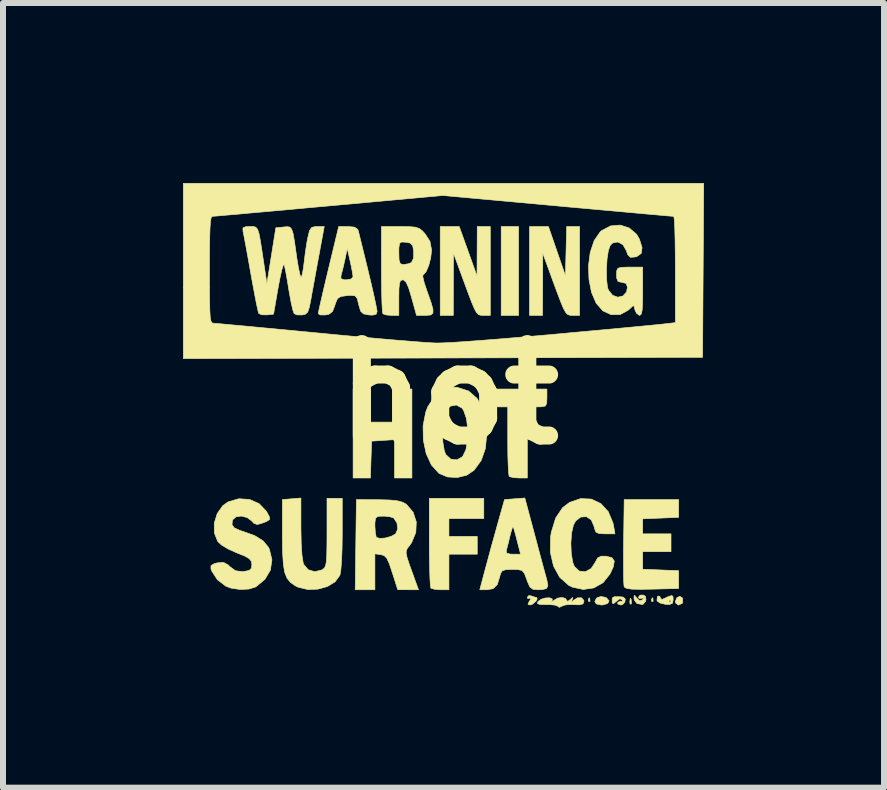
<source format=kicad_pcb>
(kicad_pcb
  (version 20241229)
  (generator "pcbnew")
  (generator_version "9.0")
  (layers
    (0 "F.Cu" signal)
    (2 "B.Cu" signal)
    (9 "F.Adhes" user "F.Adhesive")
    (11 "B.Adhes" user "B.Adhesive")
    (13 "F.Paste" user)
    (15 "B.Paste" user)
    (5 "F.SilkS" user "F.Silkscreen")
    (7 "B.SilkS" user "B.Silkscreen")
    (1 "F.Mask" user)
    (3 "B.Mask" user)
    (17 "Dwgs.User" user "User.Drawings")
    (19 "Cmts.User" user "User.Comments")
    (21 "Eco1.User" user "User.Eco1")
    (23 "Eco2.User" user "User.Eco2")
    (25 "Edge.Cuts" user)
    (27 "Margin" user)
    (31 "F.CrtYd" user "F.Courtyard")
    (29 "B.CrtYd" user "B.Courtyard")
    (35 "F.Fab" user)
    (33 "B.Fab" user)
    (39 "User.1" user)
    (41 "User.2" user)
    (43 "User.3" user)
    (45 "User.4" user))
  (footprint "hot"
    (layer "F.Cu")
    (at 4.432 3.519)
    (property "Reference" "hot" (at 0 0 0) (layer "F.SilkS") (effects (font (size 1.524 1.524) (thickness 0.3))))
    (attr through_hole)
    (fp_poly (pts (xy 1.161 -1.312) (xy 0.871 -1.312) (xy 0.871 -2.794) (xy 1.161 -2.794) (xy 1.161 -1.312)) (stroke (width 0.01) (type solid)) (fill yes) (layer "F.SilkS"))
    (fp_poly (pts (xy 2.346 3.401) (xy 2.351 3.451) (xy 2.346 3.457) (xy 2.325 3.451) (xy 2.322 3.429) (xy 2.336 3.394) (xy 2.346 3.401)) (stroke (width 0.01) (type solid)) (fill yes) (layer "F.SilkS"))
    (fp_poly (pts (xy 3.037 3.421) (xy 3.041 3.487) (xy 3.034 3.502) (xy 3.017 3.49) (xy 3.015 3.447) (xy 3.023 3.401) (xy 3.037 3.421)) (stroke (width 0.01) (type solid)) (fill yes) (layer "F.SilkS"))
    (fp_poly (pts (xy 3.399 3.401) (xy 3.403 3.451) (xy 3.399 3.457) (xy 3.377 3.451) (xy 3.375 3.429) (xy 3.388 3.394) (xy 3.399 3.401)) (stroke (width 0.01) (type solid)) (fill yes) (layer "F.SilkS"))
    (fp_poly (pts (xy 3.891 3.397) (xy 3.895 3.406) (xy 3.894 3.482) (xy 3.833 3.513) (xy 3.822 3.514) (xy 3.778 3.48) (xy 3.774 3.455) (xy 3.798 3.393) (xy 3.848 3.369) (xy 3.891 3.397)) (stroke (width 0.01) (type solid)) (fill yes) (layer "F.SilkS"))
    (fp_poly (pts (xy 2.613 3.387) (xy 2.626 3.395) (xy 2.669 3.445) (xy 2.647 3.488) (xy 2.571 3.512) (xy 2.538 3.514) (xy 2.456 3.496) (xy 2.431 3.455) (xy 2.461 3.397) (xy 2.532 3.372) (xy 2.613 3.387)) (stroke (width 0.01) (type solid)) (fill yes) (layer "F.SilkS"))
    (fp_poly (pts (xy -1.306 0.466) (xy -0.907 0.466) (xy -0.907 -0.085) (xy -0.617 -0.085) (xy -0.617 1.397) (xy -0.907 1.397) (xy -0.907 0.758) (xy -1.288 0.783) (xy -1.299 1.09) (xy -1.309 1.397) (xy -1.597 1.397) (xy -1.597 -0.085) (xy -1.306 -0.085) (xy -1.306 0.466)) (stroke (width 0.01) (type solid)) (fill yes) (layer "F.SilkS"))
    (fp_poly (pts (xy 1.364 3.361) (xy 1.436 3.384) (xy 1.459 3.387) (xy 1.472 3.411) (xy 1.451 3.45) (xy 1.387 3.504) (xy 1.352 3.514) (xy 1.317 3.504) (xy 1.334 3.461) (xy 1.347 3.442) (xy 1.374 3.395) (xy 1.352 3.402) (xy 1.312 3.405) (xy 1.306 3.385) (xy 1.333 3.355) (xy 1.364 3.361)) (stroke (width 0.01) (type solid)) (fill yes) (layer "F.SilkS"))
    (fp_poly (pts (xy 0.581 2.074) (xy 0 2.074) (xy 0 2.371) (xy 0.472 2.371) (xy 0.472 2.667) (xy 0 2.667) (xy 0 3.26) (xy -0.139 3.26) (xy -0.235 3.253) (xy -0.296 3.236) (xy -0.302 3.231) (xy -0.31 3.182) (xy -0.317 3.062) (xy -0.322 2.886) (xy -0.326 2.668) (xy -0.327 2.469) (xy -0.327 1.736) (xy 0.581 1.736) (xy 0.581 2.074)) (stroke (width 0.01) (type solid)) (fill yes) (layer "F.SilkS"))
    (fp_poly (pts (xy 0.32 -2.381) (xy 0.468 -1.968) (xy 0.472 -2.794) (xy 0.689 -2.794) (xy 0.689 -1.312) (xy 0.583 -1.312) (xy 0.533 -1.314) (xy 0.495 -1.325) (xy 0.46 -1.359) (xy 0.423 -1.426) (xy 0.376 -1.538) (xy 0.312 -1.708) (xy 0.247 -1.884) (xy 0.076 -2.349) (xy 0.074 -1.831) (xy 0.073 -1.312) (xy -0.145 -1.312) (xy -0.145 -2.794) (xy 0.171 -2.794) (xy 0.32 -2.381)) (stroke (width 0.01) (type solid)) (fill yes) (layer "F.SilkS"))
    (fp_poly (pts (xy 1.941 -1.974) (xy 1.952 -2.384) (xy 1.962 -2.794) (xy 2.177 -2.794) (xy 2.177 -1.312) (xy 2.07 -1.312) (xy 2.021 -1.314) (xy 1.982 -1.326) (xy 1.947 -1.36) (xy 1.909 -1.428) (xy 1.862 -1.541) (xy 1.797 -1.712) (xy 1.734 -1.883) (xy 1.564 -2.349) (xy 1.562 -1.831) (xy 1.56 -1.312) (xy 1.343 -1.312) (xy 1.343 -2.794) (xy 1.658 -2.794) (xy 1.941 -1.974)) (stroke (width 0.01) (type solid)) (fill yes) (layer "F.SilkS"))
    (fp_poly (pts (xy 2.857 3.377) (xy 2.903 3.382) (xy 2.939 3.413) (xy 2.932 3.466) (xy 2.892 3.508) (xy 2.864 3.514) (xy 2.814 3.497) (xy 2.813 3.471) (xy 2.858 3.448) (xy 2.875 3.456) (xy 2.897 3.458) (xy 2.887 3.433) (xy 2.851 3.408) (xy 2.794 3.45) (xy 2.79 3.454) (xy 2.739 3.493) (xy 2.721 3.478) (xy 2.721 3.398) (xy 2.755 3.376) (xy 2.857 3.377)) (stroke (width 0.01) (type solid)) (fill yes) (layer "F.SilkS"))
    (fp_poly (pts (xy 3.275 3.37) (xy 3.284 3.426) (xy 3.277 3.454) (xy 3.231 3.506) (xy 3.145 3.492) (xy 3.13 3.486) (xy 3.089 3.43) (xy 3.084 3.396) (xy 3.089 3.352) (xy 3.115 3.376) (xy 3.13 3.399) (xy 3.181 3.445) (xy 3.229 3.424) (xy 3.262 3.392) (xy 3.231 3.399) (xy 3.22 3.403) (xy 3.168 3.404) (xy 3.157 3.385) (xy 3.184 3.35) (xy 3.24 3.348) (xy 3.275 3.37)) (stroke (width 0.01) (type solid)) (fill yes) (layer "F.SilkS"))
    (fp_poly (pts (xy 3.735 3.377) (xy 3.737 3.424) (xy 3.726 3.484) (xy 3.679 3.505) (xy 3.611 3.503) (xy 3.522 3.483) (xy 3.475 3.45) (xy 3.665 3.45) (xy 3.683 3.471) (xy 3.701 3.45) (xy 3.683 3.429) (xy 3.665 3.45) (xy 3.475 3.45) (xy 3.47 3.446) (xy 3.467 3.441) (xy 3.473 3.377) (xy 3.485 3.364) (xy 3.517 3.372) (xy 3.52 3.389) (xy 3.545 3.421) (xy 3.565 3.416) (xy 3.666 3.37) (xy 3.717 3.356) (xy 3.735 3.377)) (stroke (width 0.01) (type solid)) (fill yes) (layer "F.SilkS"))
    (fp_poly (pts (xy 3.828 2.053) (xy 3.229 2.078) (xy 3.229 2.328) (xy 3.701 2.328) (xy 3.701 2.625) (xy 3.229 2.625) (xy 3.229 2.918) (xy 3.529 2.93) (xy 3.828 2.942) (xy 3.828 3.239) (xy 3.383 3.25) (xy 3.185 3.253) (xy 3.049 3.25) (xy 2.966 3.238) (xy 2.926 3.218) (xy 2.919 3.206) (xy 2.914 3.147) (xy 2.91 3.018) (xy 2.909 2.836) (xy 2.909 2.616) (xy 2.911 2.454) (xy 2.921 1.757) (xy 3.828 1.757) (xy 3.828 2.053)) (stroke (width 0.01) (type solid)) (fill yes) (layer "F.SilkS"))
    (fp_poly (pts (xy 1.633 0.064) (xy 1.629 0.155) (xy 1.606 0.198) (xy 1.542 0.211) (xy 1.47 0.212) (xy 1.306 0.212) (xy 1.306 1.397) (xy 1.167 1.397) (xy 1.071 1.39) (xy 1.01 1.374) (xy 1.004 1.369) (xy 0.995 1.318) (xy 0.988 1.199) (xy 0.982 1.029) (xy 0.98 0.824) (xy 0.98 0.776) (xy 0.98 0.212) (xy 0.835 0.212) (xy 0.742 0.207) (xy 0.7 0.179) (xy 0.69 0.107) (xy 0.689 0.064) (xy 0.689 -0.085) (xy 1.633 -0.085) (xy 1.633 0.064)) (stroke (width 0.01) (type solid)) (fill yes) (layer "F.SilkS"))
    (fp_poly (pts (xy 2.061 3.409) (xy 2.052 3.429) (xy 2.037 3.47) (xy 2.065 3.445) (xy 2.07 3.44) (xy 2.142 3.394) (xy 2.21 3.394) (xy 2.248 3.437) (xy 2.25 3.453) (xy 2.234 3.495) (xy 2.175 3.511) (xy 2.088 3.508) (xy 1.984 3.507) (xy 1.913 3.519) (xy 1.9 3.526) (xy 1.839 3.553) (xy 1.804 3.529) (xy 1.757 3.514) (xy 1.664 3.507) (xy 1.613 3.507) (xy 1.512 3.504) (xy 1.473 3.488) (xy 1.482 3.458) (xy 1.534 3.419) (xy 1.608 3.397) (xy 1.678 3.394) (xy 1.721 3.412) (xy 1.721 3.439) (xy 1.71 3.471) (xy 1.741 3.442) (xy 1.744 3.44) (xy 1.809 3.4) (xy 1.885 3.388) (xy 1.944 3.405) (xy 1.959 3.434) (xy 1.98 3.453) (xy 2.021 3.424) (xy 2.064 3.387) (xy 2.061 3.409)) (stroke (width 0.01) (type solid)) (fill yes) (layer "F.SilkS"))
    (fp_poly (pts (xy -2.467 2.231) (xy -2.462 2.489) (xy -2.449 2.686) (xy -2.429 2.812) (xy -2.421 2.836) (xy -2.346 2.926) (xy -2.236 2.959) (xy -2.118 2.929) (xy -2.106 2.922) (xy -2.076 2.898) (xy -2.056 2.859) (xy -2.043 2.792) (xy -2.036 2.682) (xy -2.033 2.515) (xy -2.032 2.306) (xy -2.032 1.736) (xy -1.778 1.736) (xy -1.778 2.326) (xy -1.781 2.564) (xy -1.789 2.768) (xy -1.801 2.924) (xy -1.816 3.014) (xy -1.818 3.019) (xy -1.897 3.127) (xy -2.025 3.206) (xy -2.184 3.25) (xy -2.352 3.256) (xy -2.512 3.218) (xy -2.562 3.193) (xy -2.641 3.138) (xy -2.698 3.068) (xy -2.737 2.971) (xy -2.76 2.832) (xy -2.772 2.638) (xy -2.776 2.375) (xy -2.776 2.333) (xy -2.776 1.757) (xy -2.622 1.744) (xy -2.467 1.731) (xy -2.467 2.231)) (stroke (width 0.01) (type solid)) (fill yes) (layer "F.SilkS"))
    (fp_poly (pts (xy 0.14 -0.113) (xy 0.327 -0.053) (xy 0.472 0.074) (xy 0.573 0.262) (xy 0.625 0.504) (xy 0.631 0.656) (xy 0.608 0.905) (xy 0.538 1.104) (xy 0.421 1.266) (xy 0.297 1.351) (xy 0.139 1.389) (xy -0.024 1.38) (xy -0.165 1.321) (xy -0.167 1.319) (xy -0.292 1.181) (xy -0.38 0.989) (xy -0.427 0.764) (xy -0.429 0.629) (xy -0.109 0.629) (xy -0.101 0.801) (xy -0.077 0.944) (xy -0.052 1.007) (xy 0.031 1.083) (xy 0.134 1.095) (xy 0.228 1.041) (xy 0.229 1.039) (xy 0.283 0.926) (xy 0.311 0.764) (xy 0.314 0.582) (xy 0.292 0.408) (xy 0.245 0.272) (xy 0.216 0.231) (xy 0.123 0.181) (xy 0.024 0.2) (xy -0.055 0.278) (xy -0.074 0.321) (xy -0.1 0.458) (xy -0.109 0.629) (xy -0.429 0.629) (xy -0.431 0.527) (xy -0.387 0.3) (xy -0.353 0.212) (xy -0.235 0.028) (xy -0.084 -0.082) (xy 0.095 -0.116) (xy 0.14 -0.113)) (stroke (width 0.01) (type solid)) (fill yes) (layer "F.SilkS"))
    (fp_poly (pts (xy 2.374 1.749) (xy 2.532 1.824) (xy 2.656 1.959) (xy 2.734 2.147) (xy 2.744 2.193) (xy 2.767 2.328) (xy 2.603 2.328) (xy 2.502 2.323) (xy 2.45 2.299) (xy 2.426 2.24) (xy 2.419 2.205) (xy 2.372 2.095) (xy 2.291 2.042) (xy 2.197 2.048) (xy 2.112 2.113) (xy 2.074 2.183) (xy 2.044 2.315) (xy 2.032 2.485) (xy 2.039 2.659) (xy 2.064 2.805) (xy 2.09 2.872) (xy 2.173 2.949) (xy 2.274 2.959) (xy 2.371 2.905) (xy 2.431 2.815) (xy 2.477 2.731) (xy 2.536 2.7) (xy 2.622 2.701) (xy 2.717 2.726) (xy 2.756 2.782) (xy 2.739 2.879) (xy 2.684 2.998) (xy 2.57 3.141) (xy 2.415 3.229) (xy 2.239 3.255) (xy 2.059 3.217) (xy 1.996 3.186) (xy 1.846 3.053) (xy 1.743 2.865) (xy 1.69 2.636) (xy 1.694 2.381) (xy 1.706 2.302) (xy 1.779 2.064) (xy 1.893 1.893) (xy 2.01 1.804) (xy 2.196 1.74) (xy 2.374 1.749)) (stroke (width 0.01) (type solid)) (fill yes) (layer "F.SilkS"))
    (fp_poly (pts (xy -1.175 1.759) (xy -0.989 1.764) (xy -0.86 1.777) (xy -0.771 1.801) (xy -0.709 1.836) (xy -0.597 1.967) (xy -0.544 2.129) (xy -0.552 2.305) (xy -0.622 2.475) (xy -0.657 2.524) (xy -0.691 2.566) (xy -0.71 2.605) (xy -0.713 2.654) (xy -0.696 2.73) (xy -0.657 2.847) (xy -0.593 3.022) (xy -0.565 3.101) (xy -0.507 3.26) (xy -0.853 3.259) (xy -0.944 2.974) (xy -0.995 2.822) (xy -1.037 2.733) (xy -1.081 2.69) (xy -1.134 2.675) (xy -1.234 2.661) (xy -1.234 3.26) (xy -1.562 3.26) (xy -1.548 2.194) (xy -1.234 2.194) (xy -1.227 2.307) (xy -1.212 2.38) (xy -1.208 2.387) (xy -1.151 2.405) (xy -1.059 2.397) (xy -0.961 2.369) (xy -0.888 2.328) (xy -0.888 2.327) (xy -0.854 2.248) (xy -0.866 2.147) (xy -0.918 2.067) (xy -0.921 2.064) (xy -0.982 2.044) (xy -1.079 2.033) (xy -1.098 2.033) (xy -1.186 2.037) (xy -1.224 2.068) (xy -1.234 2.151) (xy -1.234 2.194) (xy -1.548 2.194) (xy -1.542 1.757) (xy -1.175 1.759)) (stroke (width 0.01) (type solid)) (fill yes) (layer "F.SilkS"))
    (fp_poly (pts (xy 1.433 2.358) (xy 1.493 2.584) (xy 1.548 2.789) (xy 1.593 2.956) (xy 1.624 3.068) (xy 1.632 3.097) (xy 1.649 3.191) (xy 1.626 3.24) (xy 1.55 3.258) (xy 1.487 3.26) (xy 1.4 3.252) (xy 1.348 3.213) (xy 1.307 3.12) (xy 1.297 3.09) (xy 1.259 2.99) (xy 1.219 2.94) (xy 1.15 2.923) (xy 1.056 2.921) (xy 0.946 2.925) (xy 0.888 2.945) (xy 0.859 2.992) (xy 0.848 3.037) (xy 0.806 3.173) (xy 0.739 3.241) (xy 0.633 3.26) (xy 0.514 3.26) (xy 0.601 2.932) (xy 0.653 2.74) (xy 0.689 2.606) (xy 0.956 2.606) (xy 0.96 2.648) (xy 1.019 2.665) (xy 1.065 2.667) (xy 1.194 2.667) (xy 1.137 2.445) (xy 1.104 2.319) (xy 1.079 2.232) (xy 1.069 2.208) (xy 1.054 2.235) (xy 1.028 2.32) (xy 1.016 2.369) (xy 0.986 2.493) (xy 0.961 2.589) (xy 0.956 2.606) (xy 0.689 2.606) (xy 0.716 2.507) (xy 0.782 2.272) (xy 0.807 2.18) (xy 0.926 1.757) (xy 1.096 1.744) (xy 1.265 1.731) (xy 1.433 2.358)) (stroke (width 0.01) (type solid)) (fill yes) (layer "F.SilkS"))
    (fp_poly (pts (xy -1.575 -2.784) (xy -1.522 -2.748) (xy -1.51 -2.72) (xy -1.433 -2.408) (xy -1.362 -2.118) (xy -1.3 -1.86) (xy -1.251 -1.646) (xy -1.217 -1.487) (xy -1.199 -1.393) (xy -1.197 -1.377) (xy -1.214 -1.331) (xy -1.274 -1.317) (xy -1.334 -1.32) (xy -1.424 -1.338) (xy -1.472 -1.383) (xy -1.502 -1.484) (xy -1.504 -1.494) (xy -1.528 -1.593) (xy -1.563 -1.638) (xy -1.631 -1.647) (xy -1.699 -1.642) (xy -1.801 -1.628) (xy -1.856 -1.593) (xy -1.89 -1.517) (xy -1.9 -1.482) (xy -1.94 -1.378) (xy -1.999 -1.332) (xy -2.059 -1.32) (xy -2.14 -1.32) (xy -2.178 -1.339) (xy -2.178 -1.341) (xy -2.169 -1.392) (xy -2.143 -1.509) (xy -2.104 -1.681) (xy -2.054 -1.891) (xy -2.046 -1.925) (xy -1.801 -1.925) (xy -1.75 -1.907) (xy -1.709 -1.905) (xy -1.627 -1.92) (xy -1.598 -1.958) (xy -1.608 -2.027) (xy -1.631 -2.145) (xy -1.647 -2.219) (xy -1.694 -2.427) (xy -1.735 -2.235) (xy -1.765 -2.104) (xy -1.792 -2) (xy -1.799 -1.974) (xy -1.801 -1.925) (xy -2.046 -1.925) (xy -2.008 -2.085) (xy -1.837 -2.794) (xy -1.683 -2.794) (xy -1.575 -2.784)) (stroke (width 0.01) (type solid)) (fill yes) (layer "F.SilkS"))
    (fp_poly (pts (xy 3.004 -2.77) (xy 3.126 -2.666) (xy 3.175 -2.583) (xy 3.219 -2.441) (xy 3.205 -2.346) (xy 3.131 -2.293) (xy 3.102 -2.286) (xy 3.023 -2.281) (xy 2.98 -2.324) (xy 2.957 -2.391) (xy 2.901 -2.489) (xy 2.817 -2.536) (xy 2.731 -2.521) (xy 2.689 -2.482) (xy 2.657 -2.394) (xy 2.635 -2.25) (xy 2.625 -2.081) (xy 2.627 -1.916) (xy 2.642 -1.783) (xy 2.657 -1.736) (xy 2.726 -1.649) (xy 2.814 -1.616) (xy 2.899 -1.636) (xy 2.96 -1.703) (xy 2.975 -1.783) (xy 2.952 -1.846) (xy 2.885 -1.863) (xy 2.82 -1.876) (xy 2.796 -1.934) (xy 2.794 -1.99) (xy 2.797 -2.06) (xy 2.817 -2.098) (xy 2.871 -2.113) (xy 2.976 -2.117) (xy 3.012 -2.117) (xy 3.229 -2.117) (xy 3.229 -1.714) (xy 3.227 -1.521) (xy 3.22 -1.399) (xy 3.205 -1.334) (xy 3.181 -1.313) (xy 3.177 -1.312) (xy 3.126 -1.348) (xy 3.102 -1.398) (xy 3.079 -1.483) (xy 2.986 -1.398) (xy 2.853 -1.326) (xy 2.702 -1.325) (xy 2.566 -1.388) (xy 2.454 -1.515) (xy 2.376 -1.697) (xy 2.334 -1.912) (xy 2.326 -2.141) (xy 2.355 -2.363) (xy 2.42 -2.558) (xy 2.521 -2.705) (xy 2.544 -2.725) (xy 2.694 -2.804) (xy 2.854 -2.818) (xy 3.004 -2.77)) (stroke (width 0.01) (type solid)) (fill yes) (layer "F.SilkS"))
    (fp_poly (pts (xy -3.322 1.755) (xy -3.163 1.825) (xy -3.044 1.95) (xy -3.034 1.966) (xy -2.991 2.047) (xy -2.99 2.09) (xy -3.038 2.121) (xy -3.109 2.149) (xy -3.196 2.173) (xy -3.254 2.15) (xy -3.287 2.113) (xy -3.364 2.056) (xy -3.461 2.032) (xy -3.551 2.045) (xy -3.605 2.095) (xy -3.607 2.099) (xy -3.616 2.174) (xy -3.579 2.227) (xy -3.485 2.271) (xy -3.437 2.286) (xy -3.237 2.358) (xy -3.098 2.444) (xy -3.009 2.551) (xy -2.992 2.586) (xy -2.95 2.762) (xy -2.976 2.933) (xy -3.067 3.086) (xy -3.218 3.212) (xy -3.332 3.248) (xy -3.481 3.255) (xy -3.631 3.233) (xy -3.719 3.2) (xy -3.86 3.092) (xy -3.954 2.946) (xy -3.966 2.912) (xy -3.966 2.859) (xy -3.914 2.826) (xy -3.861 2.812) (xy -3.756 2.804) (xy -3.678 2.847) (xy -3.649 2.876) (xy -3.558 2.943) (xy -3.443 2.957) (xy -3.424 2.956) (xy -3.332 2.939) (xy -3.292 2.903) (xy -3.284 2.841) (xy -3.293 2.785) (xy -3.329 2.741) (xy -3.406 2.697) (xy -3.536 2.645) (xy -3.675 2.583) (xy -3.789 2.515) (xy -3.853 2.456) (xy -3.91 2.313) (xy -3.911 2.15) (xy -3.862 1.991) (xy -3.77 1.859) (xy -3.682 1.796) (xy -3.501 1.743) (xy -3.322 1.755)) (stroke (width 0.01) (type solid)) (fill yes) (layer "F.SilkS"))
    (fp_poly (pts (xy -0.661 -2.792) (xy -0.56 -2.783) (xy -0.493 -2.76) (xy -0.44 -2.719) (xy -0.396 -2.67) (xy -0.316 -2.546) (xy -0.29 -2.407) (xy -0.29 -2.393) (xy -0.304 -2.269) (xy -0.337 -2.143) (xy -0.381 -2.041) (xy -0.425 -1.991) (xy -0.433 -1.99) (xy -0.435 -1.954) (xy -0.413 -1.861) (xy -0.369 -1.728) (xy -0.36 -1.704) (xy -0.298 -1.527) (xy -0.266 -1.413) (xy -0.267 -1.349) (xy -0.302 -1.32) (xy -0.371 -1.313) (xy -0.397 -1.312) (xy -0.54 -1.312) (xy -0.622 -1.609) (xy -0.672 -1.773) (xy -0.715 -1.867) (xy -0.757 -1.903) (xy -0.769 -1.905) (xy -0.804 -1.895) (xy -0.824 -1.851) (xy -0.833 -1.758) (xy -0.835 -1.609) (xy -0.835 -1.312) (xy -0.956 -1.312) (xy -1.045 -1.32) (xy -1.099 -1.339) (xy -1.101 -1.341) (xy -1.109 -1.39) (xy -1.116 -1.51) (xy -1.121 -1.685) (xy -1.124 -1.902) (xy -1.125 -2.081) (xy -1.125 -2.352) (xy -0.835 -2.352) (xy -0.831 -2.233) (xy -0.812 -2.176) (xy -0.77 -2.16) (xy -0.753 -2.16) (xy -0.665 -2.175) (xy -0.623 -2.196) (xy -0.591 -2.264) (xy -0.587 -2.375) (xy -0.604 -2.475) (xy -0.647 -2.518) (xy -0.717 -2.532) (xy -0.789 -2.536) (xy -0.823 -2.513) (xy -0.834 -2.441) (xy -0.835 -2.352) (xy -1.125 -2.352) (xy -1.125 -2.794) (xy -0.814 -2.794) (xy -0.661 -2.792)) (stroke (width 0.01) (type solid)) (fill yes) (layer "F.SilkS"))
    (fp_poly (pts (xy -2.166 -2.318) (xy -2.207 -2.096) (xy -2.247 -1.875) (xy -2.282 -1.686) (xy -2.299 -1.587) (xy -2.327 -1.446) (xy -2.354 -1.368) (xy -2.393 -1.332) (xy -2.446 -1.32) (xy -2.531 -1.321) (xy -2.58 -1.342) (xy -2.6 -1.398) (xy -2.628 -1.516) (xy -2.657 -1.673) (xy -2.668 -1.737) (xy -2.696 -1.908) (xy -2.722 -2.052) (xy -2.742 -2.144) (xy -2.746 -2.159) (xy -2.762 -2.147) (xy -2.787 -2.065) (xy -2.817 -1.929) (xy -2.846 -1.778) (xy -2.923 -1.333) (xy -3.037 -1.321) (xy -3.122 -1.323) (xy -3.171 -1.346) (xy -3.171 -1.347) (xy -3.185 -1.401) (xy -3.211 -1.522) (xy -3.244 -1.695) (xy -3.283 -1.904) (xy -3.303 -2.016) (xy -3.343 -2.242) (xy -3.379 -2.441) (xy -3.409 -2.599) (xy -3.428 -2.698) (xy -3.433 -2.72) (xy -3.433 -2.77) (xy -3.388 -2.791) (xy -3.321 -2.794) (xy -3.262 -2.794) (xy -3.22 -2.783) (xy -3.19 -2.749) (xy -3.166 -2.679) (xy -3.143 -2.558) (xy -3.114 -2.374) (xy -3.098 -2.265) (xy -3.034 -1.841) (xy -2.959 -2.307) (xy -2.885 -2.773) (xy -2.753 -2.786) (xy -2.694 -2.791) (xy -2.652 -2.784) (xy -2.622 -2.751) (xy -2.598 -2.679) (xy -2.576 -2.556) (xy -2.549 -2.367) (xy -2.536 -2.275) (xy -2.511 -2.122) (xy -2.487 -2.006) (xy -2.468 -1.95) (xy -2.465 -1.947) (xy -2.447 -1.986) (xy -2.428 -2.085) (xy -2.414 -2.191) (xy -2.393 -2.365) (xy -2.366 -2.538) (xy -2.351 -2.614) (xy -2.323 -2.727) (xy -2.287 -2.779) (xy -2.223 -2.794) (xy -2.196 -2.794) (xy -2.078 -2.794) (xy -2.166 -2.318)) (stroke (width 0.01) (type solid)) (fill yes) (layer "F.SilkS"))
    (fp_poly (pts (xy 4.227 -0.614) (xy -0.1 -0.603) (xy -4.427 -0.592) (xy -4.427 -2.074) (xy -3.991 -2.074) (xy -3.991 -1.778) (xy -3.989 -1.555) (xy -3.985 -1.396) (xy -3.979 -1.29) (xy -3.969 -1.226) (xy -3.954 -1.194) (xy -3.934 -1.183) (xy -3.928 -1.183) (xy -3.88 -1.179) (xy -3.767 -1.169) (xy -3.596 -1.153) (xy -3.376 -1.133) (xy -3.113 -1.108) (xy -2.815 -1.08) (xy -2.489 -1.049) (xy -2.177 -1.019) (xy -1.823 -0.985) (xy -1.482 -0.954) (xy -1.162 -0.925) (xy -0.872 -0.9) (xy -0.622 -0.88) (xy -0.42 -0.864) (xy -0.274 -0.855) (xy -0.204 -0.852) (xy -0.108 -0.854) (xy 0.052 -0.862) (xy 0.266 -0.876) (xy 0.525 -0.895) (xy 0.82 -0.918) (xy 1.143 -0.945) (xy 1.484 -0.974) (xy 1.701 -0.993) (xy 2.045 -1.025) (xy 2.375 -1.055) (xy 2.682 -1.083) (xy 2.956 -1.109) (xy 3.19 -1.131) (xy 3.374 -1.149) (xy 3.5 -1.161) (xy 3.547 -1.166) (xy 3.774 -1.192) (xy 3.774 -2.078) (xy 3.772 -2.341) (xy 3.769 -2.573) (xy 3.764 -2.762) (xy 3.757 -2.895) (xy 3.749 -2.959) (xy 3.747 -2.963) (xy 3.706 -2.966) (xy 3.6 -2.975) (xy 3.435 -2.99) (xy 3.219 -3.009) (xy 2.957 -3.033) (xy 2.657 -3.06) (xy 2.325 -3.09) (xy 1.968 -3.122) (xy 1.806 -3.137) (xy -0.107 -3.311) (xy -2.004 -3.137) (xy -2.369 -3.104) (xy -2.712 -3.072) (xy -3.027 -3.044) (xy -3.307 -3.019) (xy -3.545 -2.997) (xy -3.734 -2.981) (xy -3.867 -2.969) (xy -3.937 -2.964) (xy -3.946 -2.963) (xy -3.962 -2.944) (xy -3.974 -2.879) (xy -3.982 -2.762) (xy -3.988 -2.583) (xy -3.991 -2.335) (xy -3.991 -2.074) (xy -4.427 -2.074) (xy -4.427 -3.514) (xy 4.246 -3.514) (xy 4.227 -0.614)) (stroke (width 0.01) (type solid)) (fill yes) (layer "F.SilkS")))
  (gr_rect
    (start -3 -3)
    (end 11.683 10.077)
    (stroke (width 0.1) (type default))
    (fill no)
    (layer "Edge.Cuts")))
</source>
